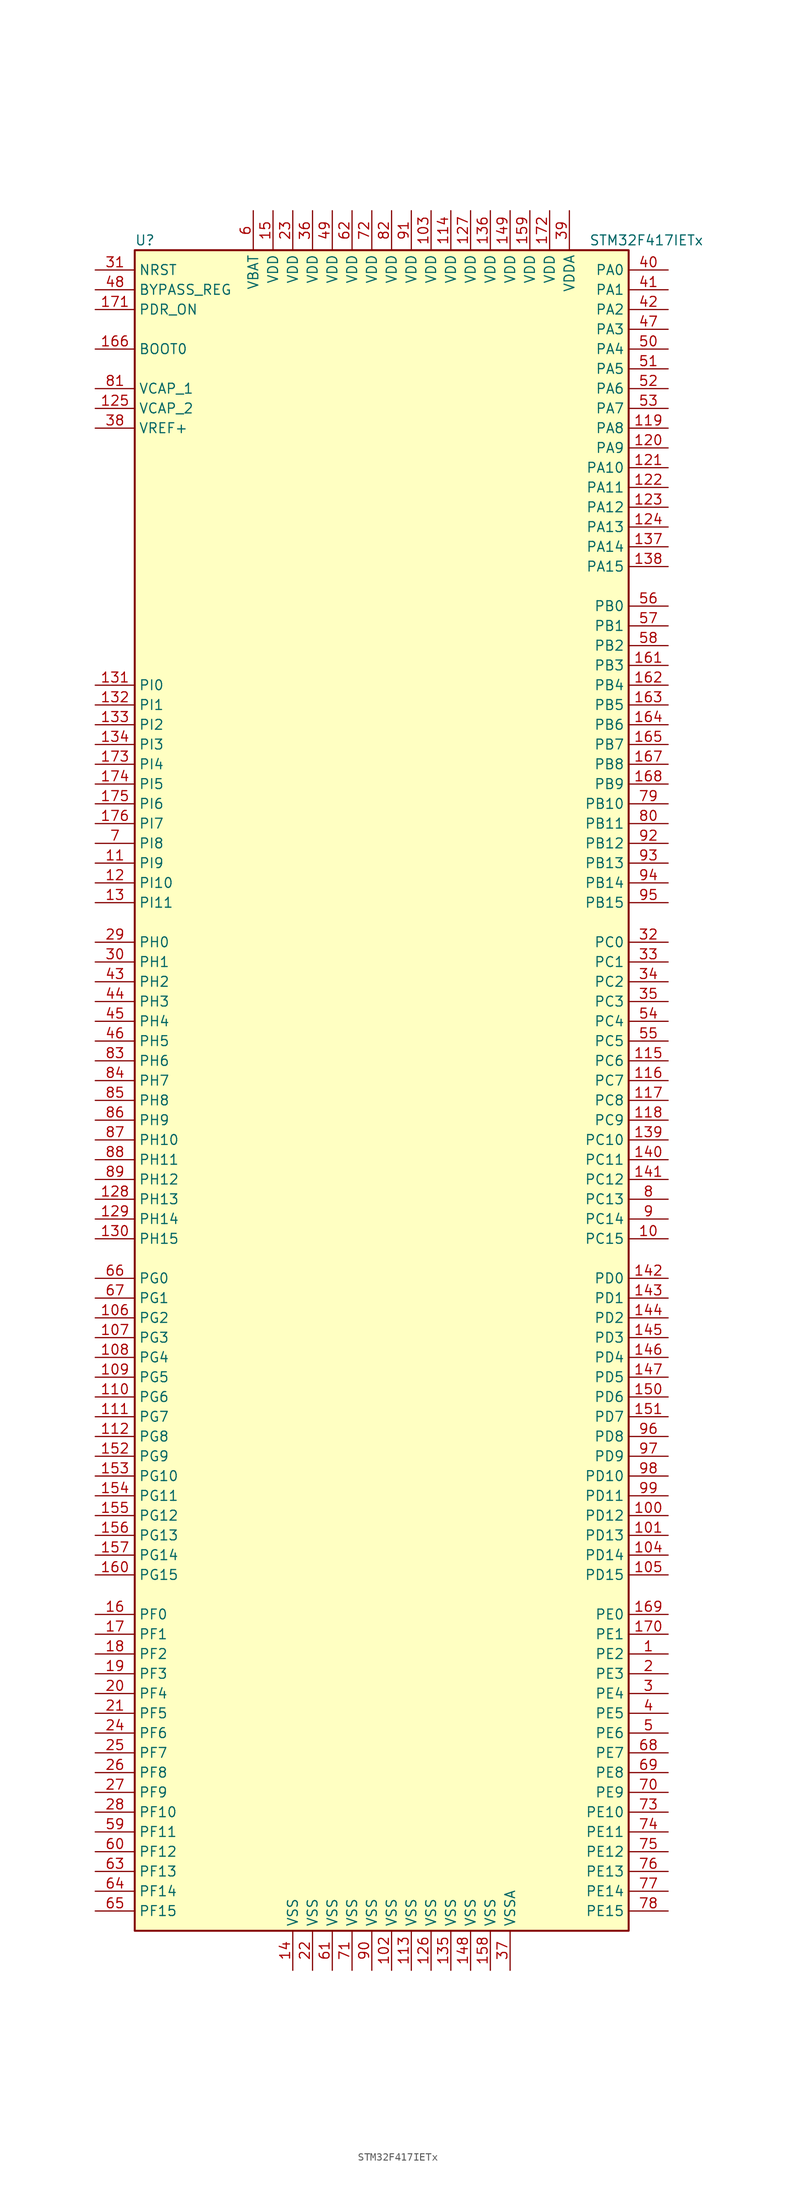
<source format=kicad_sym>
(kicad_symbol_lib
  (version 20211014)
  (generator kicad_symbol_editor)
  (symbol "STM32F417IETx"
    (property "Reference" "U"
      (at -33.02 107.95 0)
      (effects (font (size 1.27 1.27)) (justify left)))
    (property "Value" "STM32F417IETx"
      (at 25.4 107.95 0)
      (effects (font (size 1.27 1.27)) (justify left)))
    (symbol "STM32F417IETx_0_1"
      (rectangle (start -33.02 -109.22) (end 30.48 106.68) (stroke (width 0.254) (type default) (color 0 0 0 0)) (fill (type background))))
    (symbol "STM32F417IETx_1_1"
      (pin bidirectional line (at 35.56 -73.66 180) (length 5.08) (name "PE2" (effects (font (size 1.27 1.27)))) (number "1" (effects (font (size 1.27 1.27)))))
      (pin bidirectional line (at 35.56 -20.32 180) (length 5.08) (name "PC15" (effects (font (size 1.27 1.27)))) (number "10" (effects (font (size 1.27 1.27)))))
      (pin bidirectional line (at 35.56 -55.88 180) (length 5.08) (name "PD12" (effects (font (size 1.27 1.27)))) (number "100" (effects (font (size 1.27 1.27)))))
      (pin bidirectional line (at 35.56 -58.42 180) (length 5.08) (name "PD13" (effects (font (size 1.27 1.27)))) (number "101" (effects (font (size 1.27 1.27)))))
      (pin power_in line (at 0 -114.3 90) (length 5.08) (name "VSS" (effects (font (size 1.27 1.27)))) (number "102" (effects (font (size 1.27 1.27)))))
      (pin power_in line (at 5.08 111.76 270) (length 5.08) (name "VDD" (effects (font (size 1.27 1.27)))) (number "103" (effects (font (size 1.27 1.27)))))
      (pin bidirectional line (at 35.56 -60.96 180) (length 5.08) (name "PD14" (effects (font (size 1.27 1.27)))) (number "104" (effects (font (size 1.27 1.27)))))
      (pin bidirectional line (at 35.56 -63.5 180) (length 5.08) (name "PD15" (effects (font (size 1.27 1.27)))) (number "105" (effects (font (size 1.27 1.27)))))
      (pin bidirectional line (at -38.1 -30.48 0) (length 5.08) (name "PG2" (effects (font (size 1.27 1.27)))) (number "106" (effects (font (size 1.27 1.27)))))
      (pin bidirectional line (at -38.1 -33.02 0) (length 5.08) (name "PG3" (effects (font (size 1.27 1.27)))) (number "107" (effects (font (size 1.27 1.27)))))
      (pin bidirectional line (at -38.1 -35.56 0) (length 5.08) (name "PG4" (effects (font (size 1.27 1.27)))) (number "108" (effects (font (size 1.27 1.27)))))
      (pin bidirectional line (at -38.1 -38.1 0) (length 5.08) (name "PG5" (effects (font (size 1.27 1.27)))) (number "109" (effects (font (size 1.27 1.27)))))
      (pin bidirectional line (at -38.1 27.94 0) (length 5.08) (name "PI9" (effects (font (size 1.27 1.27)))) (number "11" (effects (font (size 1.27 1.27)))))
      (pin bidirectional line (at -38.1 -40.64 0) (length 5.08) (name "PG6" (effects (font (size 1.27 1.27)))) (number "110" (effects (font (size 1.27 1.27)))))
      (pin bidirectional line (at -38.1 -43.18 0) (length 5.08) (name "PG7" (effects (font (size 1.27 1.27)))) (number "111" (effects (font (size 1.27 1.27)))))
      (pin bidirectional line (at -38.1 -45.72 0) (length 5.08) (name "PG8" (effects (font (size 1.27 1.27)))) (number "112" (effects (font (size 1.27 1.27)))))
      (pin power_in line (at 2.54 -114.3 90) (length 5.08) (name "VSS" (effects (font (size 1.27 1.27)))) (number "113" (effects (font (size 1.27 1.27)))))
      (pin power_in line (at 7.62 111.76 270) (length 5.08) (name "VDD" (effects (font (size 1.27 1.27)))) (number "114" (effects (font (size 1.27 1.27)))))
      (pin bidirectional line (at 35.56 2.54 180) (length 5.08) (name "PC6" (effects (font (size 1.27 1.27)))) (number "115" (effects (font (size 1.27 1.27)))))
      (pin bidirectional line (at 35.56 0 180) (length 5.08) (name "PC7" (effects (font (size 1.27 1.27)))) (number "116" (effects (font (size 1.27 1.27)))))
      (pin bidirectional line (at 35.56 -2.54 180) (length 5.08) (name "PC8" (effects (font (size 1.27 1.27)))) (number "117" (effects (font (size 1.27 1.27)))))
      (pin bidirectional line (at 35.56 -5.08 180) (length 5.08) (name "PC9" (effects (font (size 1.27 1.27)))) (number "118" (effects (font (size 1.27 1.27)))))
      (pin bidirectional line (at 35.56 83.82 180) (length 5.08) (name "PA8" (effects (font (size 1.27 1.27)))) (number "119" (effects (font (size 1.27 1.27)))))
      (pin bidirectional line (at -38.1 25.4 0) (length 5.08) (name "PI10" (effects (font (size 1.27 1.27)))) (number "12" (effects (font (size 1.27 1.27)))))
      (pin bidirectional line (at 35.56 81.28 180) (length 5.08) (name "PA9" (effects (font (size 1.27 1.27)))) (number "120" (effects (font (size 1.27 1.27)))))
      (pin bidirectional line (at 35.56 78.74 180) (length 5.08) (name "PA10" (effects (font (size 1.27 1.27)))) (number "121" (effects (font (size 1.27 1.27)))))
      (pin bidirectional line (at 35.56 76.2 180) (length 5.08) (name "PA11" (effects (font (size 1.27 1.27)))) (number "122" (effects (font (size 1.27 1.27)))))
      (pin bidirectional line (at 35.56 73.66 180) (length 5.08) (name "PA12" (effects (font (size 1.27 1.27)))) (number "123" (effects (font (size 1.27 1.27)))))
      (pin bidirectional line (at 35.56 71.12 180) (length 5.08) (name "PA13" (effects (font (size 1.27 1.27)))) (number "124" (effects (font (size 1.27 1.27)))))
      (pin power_in line (at -38.1 86.36 0) (length 5.08) (name "VCAP_2" (effects (font (size 1.27 1.27)))) (number "125" (effects (font (size 1.27 1.27)))))
      (pin power_in line (at 5.08 -114.3 90) (length 5.08) (name "VSS" (effects (font (size 1.27 1.27)))) (number "126" (effects (font (size 1.27 1.27)))))
      (pin power_in line (at 10.16 111.76 270) (length 5.08) (name "VDD" (effects (font (size 1.27 1.27)))) (number "127" (effects (font (size 1.27 1.27)))))
      (pin bidirectional line (at -38.1 -15.24 0) (length 5.08) (name "PH13" (effects (font (size 1.27 1.27)))) (number "128" (effects (font (size 1.27 1.27)))))
      (pin bidirectional line (at -38.1 -17.78 0) (length 5.08) (name "PH14" (effects (font (size 1.27 1.27)))) (number "129" (effects (font (size 1.27 1.27)))))
      (pin bidirectional line (at -38.1 22.86 0) (length 5.08) (name "PI11" (effects (font (size 1.27 1.27)))) (number "13" (effects (font (size 1.27 1.27)))))
      (pin bidirectional line (at -38.1 -20.32 0) (length 5.08) (name "PH15" (effects (font (size 1.27 1.27)))) (number "130" (effects (font (size 1.27 1.27)))))
      (pin bidirectional line (at -38.1 50.8 0) (length 5.08) (name "PI0" (effects (font (size 1.27 1.27)))) (number "131" (effects (font (size 1.27 1.27)))))
      (pin bidirectional line (at -38.1 48.26 0) (length 5.08) (name "PI1" (effects (font (size 1.27 1.27)))) (number "132" (effects (font (size 1.27 1.27)))))
      (pin bidirectional line (at -38.1 45.72 0) (length 5.08) (name "PI2" (effects (font (size 1.27 1.27)))) (number "133" (effects (font (size 1.27 1.27)))))
      (pin bidirectional line (at -38.1 43.18 0) (length 5.08) (name "PI3" (effects (font (size 1.27 1.27)))) (number "134" (effects (font (size 1.27 1.27)))))
      (pin power_in line (at 7.62 -114.3 90) (length 5.08) (name "VSS" (effects (font (size 1.27 1.27)))) (number "135" (effects (font (size 1.27 1.27)))))
      (pin power_in line (at 12.7 111.76 270) (length 5.08) (name "VDD" (effects (font (size 1.27 1.27)))) (number "136" (effects (font (size 1.27 1.27)))))
      (pin bidirectional line (at 35.56 68.58 180) (length 5.08) (name "PA14" (effects (font (size 1.27 1.27)))) (number "137" (effects (font (size 1.27 1.27)))))
      (pin bidirectional line (at 35.56 66.04 180) (length 5.08) (name "PA15" (effects (font (size 1.27 1.27)))) (number "138" (effects (font (size 1.27 1.27)))))
      (pin bidirectional line (at 35.56 -7.62 180) (length 5.08) (name "PC10" (effects (font (size 1.27 1.27)))) (number "139" (effects (font (size 1.27 1.27)))))
      (pin power_in line (at -12.7 -114.3 90) (length 5.08) (name "VSS" (effects (font (size 1.27 1.27)))) (number "14" (effects (font (size 1.27 1.27)))))
      (pin bidirectional line (at 35.56 -10.16 180) (length 5.08) (name "PC11" (effects (font (size 1.27 1.27)))) (number "140" (effects (font (size 1.27 1.27)))))
      (pin bidirectional line (at 35.56 -12.7 180) (length 5.08) (name "PC12" (effects (font (size 1.27 1.27)))) (number "141" (effects (font (size 1.27 1.27)))))
      (pin bidirectional line (at 35.56 -25.4 180) (length 5.08) (name "PD0" (effects (font (size 1.27 1.27)))) (number "142" (effects (font (size 1.27 1.27)))))
      (pin bidirectional line (at 35.56 -27.94 180) (length 5.08) (name "PD1" (effects (font (size 1.27 1.27)))) (number "143" (effects (font (size 1.27 1.27)))))
      (pin bidirectional line (at 35.56 -30.48 180) (length 5.08) (name "PD2" (effects (font (size 1.27 1.27)))) (number "144" (effects (font (size 1.27 1.27)))))
      (pin bidirectional line (at 35.56 -33.02 180) (length 5.08) (name "PD3" (effects (font (size 1.27 1.27)))) (number "145" (effects (font (size 1.27 1.27)))))
      (pin bidirectional line (at 35.56 -35.56 180) (length 5.08) (name "PD4" (effects (font (size 1.27 1.27)))) (number "146" (effects (font (size 1.27 1.27)))))
      (pin bidirectional line (at 35.56 -38.1 180) (length 5.08) (name "PD5" (effects (font (size 1.27 1.27)))) (number "147" (effects (font (size 1.27 1.27)))))
      (pin power_in line (at 10.16 -114.3 90) (length 5.08) (name "VSS" (effects (font (size 1.27 1.27)))) (number "148" (effects (font (size 1.27 1.27)))))
      (pin power_in line (at 15.24 111.76 270) (length 5.08) (name "VDD" (effects (font (size 1.27 1.27)))) (number "149" (effects (font (size 1.27 1.27)))))
      (pin power_in line (at -15.24 111.76 270) (length 5.08) (name "VDD" (effects (font (size 1.27 1.27)))) (number "15" (effects (font (size 1.27 1.27)))))
      (pin bidirectional line (at 35.56 -40.64 180) (length 5.08) (name "PD6" (effects (font (size 1.27 1.27)))) (number "150" (effects (font (size 1.27 1.27)))))
      (pin bidirectional line (at 35.56 -43.18 180) (length 5.08) (name "PD7" (effects (font (size 1.27 1.27)))) (number "151" (effects (font (size 1.27 1.27)))))
      (pin bidirectional line (at -38.1 -48.26 0) (length 5.08) (name "PG9" (effects (font (size 1.27 1.27)))) (number "152" (effects (font (size 1.27 1.27)))))
      (pin bidirectional line (at -38.1 -50.8 0) (length 5.08) (name "PG10" (effects (font (size 1.27 1.27)))) (number "153" (effects (font (size 1.27 1.27)))))
      (pin bidirectional line (at -38.1 -53.34 0) (length 5.08) (name "PG11" (effects (font (size 1.27 1.27)))) (number "154" (effects (font (size 1.27 1.27)))))
      (pin bidirectional line (at -38.1 -55.88 0) (length 5.08) (name "PG12" (effects (font (size 1.27 1.27)))) (number "155" (effects (font (size 1.27 1.27)))))
      (pin bidirectional line (at -38.1 -58.42 0) (length 5.08) (name "PG13" (effects (font (size 1.27 1.27)))) (number "156" (effects (font (size 1.27 1.27)))))
      (pin bidirectional line (at -38.1 -60.96 0) (length 5.08) (name "PG14" (effects (font (size 1.27 1.27)))) (number "157" (effects (font (size 1.27 1.27)))))
      (pin power_in line (at 12.7 -114.3 90) (length 5.08) (name "VSS" (effects (font (size 1.27 1.27)))) (number "158" (effects (font (size 1.27 1.27)))))
      (pin power_in line (at 17.78 111.76 270) (length 5.08) (name "VDD" (effects (font (size 1.27 1.27)))) (number "159" (effects (font (size 1.27 1.27)))))
      (pin bidirectional line (at -38.1 -68.58 0) (length 5.08) (name "PF0" (effects (font (size 1.27 1.27)))) (number "16" (effects (font (size 1.27 1.27)))))
      (pin bidirectional line (at -38.1 -63.5 0) (length 5.08) (name "PG15" (effects (font (size 1.27 1.27)))) (number "160" (effects (font (size 1.27 1.27)))))
      (pin bidirectional line (at 35.56 53.34 180) (length 5.08) (name "PB3" (effects (font (size 1.27 1.27)))) (number "161" (effects (font (size 1.27 1.27)))))
      (pin bidirectional line (at 35.56 50.8 180) (length 5.08) (name "PB4" (effects (font (size 1.27 1.27)))) (number "162" (effects (font (size 1.27 1.27)))))
      (pin bidirectional line (at 35.56 48.26 180) (length 5.08) (name "PB5" (effects (font (size 1.27 1.27)))) (number "163" (effects (font (size 1.27 1.27)))))
      (pin bidirectional line (at 35.56 45.72 180) (length 5.08) (name "PB6" (effects (font (size 1.27 1.27)))) (number "164" (effects (font (size 1.27 1.27)))))
      (pin bidirectional line (at 35.56 43.18 180) (length 5.08) (name "PB7" (effects (font (size 1.27 1.27)))) (number "165" (effects (font (size 1.27 1.27)))))
      (pin input line (at -38.1 93.98 0) (length 5.08) (name "BOOT0" (effects (font (size 1.27 1.27)))) (number "166" (effects (font (size 1.27 1.27)))))
      (pin bidirectional line (at 35.56 40.64 180) (length 5.08) (name "PB8" (effects (font (size 1.27 1.27)))) (number "167" (effects (font (size 1.27 1.27)))))
      (pin bidirectional line (at 35.56 38.1 180) (length 5.08) (name "PB9" (effects (font (size 1.27 1.27)))) (number "168" (effects (font (size 1.27 1.27)))))
      (pin bidirectional line (at 35.56 -68.58 180) (length 5.08) (name "PE0" (effects (font (size 1.27 1.27)))) (number "169" (effects (font (size 1.27 1.27)))))
      (pin bidirectional line (at -38.1 -71.12 0) (length 5.08) (name "PF1" (effects (font (size 1.27 1.27)))) (number "17" (effects (font (size 1.27 1.27)))))
      (pin bidirectional line (at 35.56 -71.12 180) (length 5.08) (name "PE1" (effects (font (size 1.27 1.27)))) (number "170" (effects (font (size 1.27 1.27)))))
      (pin input line (at -38.1 99.06 0) (length 5.08) (name "PDR_ON" (effects (font (size 1.27 1.27)))) (number "171" (effects (font (size 1.27 1.27)))))
      (pin power_in line (at 20.32 111.76 270) (length 5.08) (name "VDD" (effects (font (size 1.27 1.27)))) (number "172" (effects (font (size 1.27 1.27)))))
      (pin bidirectional line (at -38.1 40.64 0) (length 5.08) (name "PI4" (effects (font (size 1.27 1.27)))) (number "173" (effects (font (size 1.27 1.27)))))
      (pin bidirectional line (at -38.1 38.1 0) (length 5.08) (name "PI5" (effects (font (size 1.27 1.27)))) (number "174" (effects (font (size 1.27 1.27)))))
      (pin bidirectional line (at -38.1 35.56 0) (length 5.08) (name "PI6" (effects (font (size 1.27 1.27)))) (number "175" (effects (font (size 1.27 1.27)))))
      (pin bidirectional line (at -38.1 33.02 0) (length 5.08) (name "PI7" (effects (font (size 1.27 1.27)))) (number "176" (effects (font (size 1.27 1.27)))))
      (pin bidirectional line (at -38.1 -73.66 0) (length 5.08) (name "PF2" (effects (font (size 1.27 1.27)))) (number "18" (effects (font (size 1.27 1.27)))))
      (pin bidirectional line (at -38.1 -76.2 0) (length 5.08) (name "PF3" (effects (font (size 1.27 1.27)))) (number "19" (effects (font (size 1.27 1.27)))))
      (pin bidirectional line (at 35.56 -76.2 180) (length 5.08) (name "PE3" (effects (font (size 1.27 1.27)))) (number "2" (effects (font (size 1.27 1.27)))))
      (pin bidirectional line (at -38.1 -78.74 0) (length 5.08) (name "PF4" (effects (font (size 1.27 1.27)))) (number "20" (effects (font (size 1.27 1.27)))))
      (pin bidirectional line (at -38.1 -81.28 0) (length 5.08) (name "PF5" (effects (font (size 1.27 1.27)))) (number "21" (effects (font (size 1.27 1.27)))))
      (pin power_in line (at -10.16 -114.3 90) (length 5.08) (name "VSS" (effects (font (size 1.27 1.27)))) (number "22" (effects (font (size 1.27 1.27)))))
      (pin power_in line (at -12.7 111.76 270) (length 5.08) (name "VDD" (effects (font (size 1.27 1.27)))) (number "23" (effects (font (size 1.27 1.27)))))
      (pin bidirectional line (at -38.1 -83.82 0) (length 5.08) (name "PF6" (effects (font (size 1.27 1.27)))) (number "24" (effects (font (size 1.27 1.27)))))
      (pin bidirectional line (at -38.1 -86.36 0) (length 5.08) (name "PF7" (effects (font (size 1.27 1.27)))) (number "25" (effects (font (size 1.27 1.27)))))
      (pin bidirectional line (at -38.1 -88.9 0) (length 5.08) (name "PF8" (effects (font (size 1.27 1.27)))) (number "26" (effects (font (size 1.27 1.27)))))
      (pin bidirectional line (at -38.1 -91.44 0) (length 5.08) (name "PF9" (effects (font (size 1.27 1.27)))) (number "27" (effects (font (size 1.27 1.27)))))
      (pin bidirectional line (at -38.1 -93.98 0) (length 5.08) (name "PF10" (effects (font (size 1.27 1.27)))) (number "28" (effects (font (size 1.27 1.27)))))
      (pin input line (at -38.1 17.78 0) (length 5.08) (name "PH0" (effects (font (size 1.27 1.27)))) (number "29" (effects (font (size 1.27 1.27)))))
      (pin bidirectional line (at 35.56 -78.74 180) (length 5.08) (name "PE4" (effects (font (size 1.27 1.27)))) (number "3" (effects (font (size 1.27 1.27)))))
      (pin input line (at -38.1 15.24 0) (length 5.08) (name "PH1" (effects (font (size 1.27 1.27)))) (number "30" (effects (font (size 1.27 1.27)))))
      (pin input line (at -38.1 104.14 0) (length 5.08) (name "NRST" (effects (font (size 1.27 1.27)))) (number "31" (effects (font (size 1.27 1.27)))))
      (pin bidirectional line (at 35.56 17.78 180) (length 5.08) (name "PC0" (effects (font (size 1.27 1.27)))) (number "32" (effects (font (size 1.27 1.27)))))
      (pin bidirectional line (at 35.56 15.24 180) (length 5.08) (name "PC1" (effects (font (size 1.27 1.27)))) (number "33" (effects (font (size 1.27 1.27)))))
      (pin bidirectional line (at 35.56 12.7 180) (length 5.08) (name "PC2" (effects (font (size 1.27 1.27)))) (number "34" (effects (font (size 1.27 1.27)))))
      (pin bidirectional line (at 35.56 10.16 180) (length 5.08) (name "PC3" (effects (font (size 1.27 1.27)))) (number "35" (effects (font (size 1.27 1.27)))))
      (pin power_in line (at -10.16 111.76 270) (length 5.08) (name "VDD" (effects (font (size 1.27 1.27)))) (number "36" (effects (font (size 1.27 1.27)))))
      (pin power_in line (at 15.24 -114.3 90) (length 5.08) (name "VSSA" (effects (font (size 1.27 1.27)))) (number "37" (effects (font (size 1.27 1.27)))))
      (pin power_in line (at -38.1 83.82 0) (length 5.08) (name "VREF+" (effects (font (size 1.27 1.27)))) (number "38" (effects (font (size 1.27 1.27)))))
      (pin power_in line (at 22.86 111.76 270) (length 5.08) (name "VDDA" (effects (font (size 1.27 1.27)))) (number "39" (effects (font (size 1.27 1.27)))))
      (pin bidirectional line (at 35.56 -81.28 180) (length 5.08) (name "PE5" (effects (font (size 1.27 1.27)))) (number "4" (effects (font (size 1.27 1.27)))))
      (pin bidirectional line (at 35.56 104.14 180) (length 5.08) (name "PA0" (effects (font (size 1.27 1.27)))) (number "40" (effects (font (size 1.27 1.27)))))
      (pin bidirectional line (at 35.56 101.6 180) (length 5.08) (name "PA1" (effects (font (size 1.27 1.27)))) (number "41" (effects (font (size 1.27 1.27)))))
      (pin bidirectional line (at 35.56 99.06 180) (length 5.08) (name "PA2" (effects (font (size 1.27 1.27)))) (number "42" (effects (font (size 1.27 1.27)))))
      (pin bidirectional line (at -38.1 12.7 0) (length 5.08) (name "PH2" (effects (font (size 1.27 1.27)))) (number "43" (effects (font (size 1.27 1.27)))))
      (pin bidirectional line (at -38.1 10.16 0) (length 5.08) (name "PH3" (effects (font (size 1.27 1.27)))) (number "44" (effects (font (size 1.27 1.27)))))
      (pin bidirectional line (at -38.1 7.62 0) (length 5.08) (name "PH4" (effects (font (size 1.27 1.27)))) (number "45" (effects (font (size 1.27 1.27)))))
      (pin bidirectional line (at -38.1 5.08 0) (length 5.08) (name "PH5" (effects (font (size 1.27 1.27)))) (number "46" (effects (font (size 1.27 1.27)))))
      (pin bidirectional line (at 35.56 96.52 180) (length 5.08) (name "PA3" (effects (font (size 1.27 1.27)))) (number "47" (effects (font (size 1.27 1.27)))))
      (pin input line (at -38.1 101.6 0) (length 5.08) (name "BYPASS_REG" (effects (font (size 1.27 1.27)))) (number "48" (effects (font (size 1.27 1.27)))))
      (pin power_in line (at -7.62 111.76 270) (length 5.08) (name "VDD" (effects (font (size 1.27 1.27)))) (number "49" (effects (font (size 1.27 1.27)))))
      (pin bidirectional line (at 35.56 -83.82 180) (length 5.08) (name "PE6" (effects (font (size 1.27 1.27)))) (number "5" (effects (font (size 1.27 1.27)))))
      (pin bidirectional line (at 35.56 93.98 180) (length 5.08) (name "PA4" (effects (font (size 1.27 1.27)))) (number "50" (effects (font (size 1.27 1.27)))))
      (pin bidirectional line (at 35.56 91.44 180) (length 5.08) (name "PA5" (effects (font (size 1.27 1.27)))) (number "51" (effects (font (size 1.27 1.27)))))
      (pin bidirectional line (at 35.56 88.9 180) (length 5.08) (name "PA6" (effects (font (size 1.27 1.27)))) (number "52" (effects (font (size 1.27 1.27)))))
      (pin bidirectional line (at 35.56 86.36 180) (length 5.08) (name "PA7" (effects (font (size 1.27 1.27)))) (number "53" (effects (font (size 1.27 1.27)))))
      (pin bidirectional line (at 35.56 7.62 180) (length 5.08) (name "PC4" (effects (font (size 1.27 1.27)))) (number "54" (effects (font (size 1.27 1.27)))))
      (pin bidirectional line (at 35.56 5.08 180) (length 5.08) (name "PC5" (effects (font (size 1.27 1.27)))) (number "55" (effects (font (size 1.27 1.27)))))
      (pin bidirectional line (at 35.56 60.96 180) (length 5.08) (name "PB0" (effects (font (size 1.27 1.27)))) (number "56" (effects (font (size 1.27 1.27)))))
      (pin bidirectional line (at 35.56 58.42 180) (length 5.08) (name "PB1" (effects (font (size 1.27 1.27)))) (number "57" (effects (font (size 1.27 1.27)))))
      (pin bidirectional line (at 35.56 55.88 180) (length 5.08) (name "PB2" (effects (font (size 1.27 1.27)))) (number "58" (effects (font (size 1.27 1.27)))))
      (pin bidirectional line (at -38.1 -96.52 0) (length 5.08) (name "PF11" (effects (font (size 1.27 1.27)))) (number "59" (effects (font (size 1.27 1.27)))))
      (pin power_in line (at -17.78 111.76 270) (length 5.08) (name "VBAT" (effects (font (size 1.27 1.27)))) (number "6" (effects (font (size 1.27 1.27)))))
      (pin bidirectional line (at -38.1 -99.06 0) (length 5.08) (name "PF12" (effects (font (size 1.27 1.27)))) (number "60" (effects (font (size 1.27 1.27)))))
      (pin power_in line (at -7.62 -114.3 90) (length 5.08) (name "VSS" (effects (font (size 1.27 1.27)))) (number "61" (effects (font (size 1.27 1.27)))))
      (pin power_in line (at -5.08 111.76 270) (length 5.08) (name "VDD" (effects (font (size 1.27 1.27)))) (number "62" (effects (font (size 1.27 1.27)))))
      (pin bidirectional line (at -38.1 -101.6 0) (length 5.08) (name "PF13" (effects (font (size 1.27 1.27)))) (number "63" (effects (font (size 1.27 1.27)))))
      (pin bidirectional line (at -38.1 -104.14 0) (length 5.08) (name "PF14" (effects (font (size 1.27 1.27)))) (number "64" (effects (font (size 1.27 1.27)))))
      (pin bidirectional line (at -38.1 -106.68 0) (length 5.08) (name "PF15" (effects (font (size 1.27 1.27)))) (number "65" (effects (font (size 1.27 1.27)))))
      (pin bidirectional line (at -38.1 -25.4 0) (length 5.08) (name "PG0" (effects (font (size 1.27 1.27)))) (number "66" (effects (font (size 1.27 1.27)))))
      (pin bidirectional line (at -38.1 -27.94 0) (length 5.08) (name "PG1" (effects (font (size 1.27 1.27)))) (number "67" (effects (font (size 1.27 1.27)))))
      (pin bidirectional line (at 35.56 -86.36 180) (length 5.08) (name "PE7" (effects (font (size 1.27 1.27)))) (number "68" (effects (font (size 1.27 1.27)))))
      (pin bidirectional line (at 35.56 -88.9 180) (length 5.08) (name "PE8" (effects (font (size 1.27 1.27)))) (number "69" (effects (font (size 1.27 1.27)))))
      (pin bidirectional line (at -38.1 30.48 0) (length 5.08) (name "PI8" (effects (font (size 1.27 1.27)))) (number "7" (effects (font (size 1.27 1.27)))))
      (pin bidirectional line (at 35.56 -91.44 180) (length 5.08) (name "PE9" (effects (font (size 1.27 1.27)))) (number "70" (effects (font (size 1.27 1.27)))))
      (pin power_in line (at -5.08 -114.3 90) (length 5.08) (name "VSS" (effects (font (size 1.27 1.27)))) (number "71" (effects (font (size 1.27 1.27)))))
      (pin power_in line (at -2.54 111.76 270) (length 5.08) (name "VDD" (effects (font (size 1.27 1.27)))) (number "72" (effects (font (size 1.27 1.27)))))
      (pin bidirectional line (at 35.56 -93.98 180) (length 5.08) (name "PE10" (effects (font (size 1.27 1.27)))) (number "73" (effects (font (size 1.27 1.27)))))
      (pin bidirectional line (at 35.56 -96.52 180) (length 5.08) (name "PE11" (effects (font (size 1.27 1.27)))) (number "74" (effects (font (size 1.27 1.27)))))
      (pin bidirectional line (at 35.56 -99.06 180) (length 5.08) (name "PE12" (effects (font (size 1.27 1.27)))) (number "75" (effects (font (size 1.27 1.27)))))
      (pin bidirectional line (at 35.56 -101.6 180) (length 5.08) (name "PE13" (effects (font (size 1.27 1.27)))) (number "76" (effects (font (size 1.27 1.27)))))
      (pin bidirectional line (at 35.56 -104.14 180) (length 5.08) (name "PE14" (effects (font (size 1.27 1.27)))) (number "77" (effects (font (size 1.27 1.27)))))
      (pin bidirectional line (at 35.56 -106.68 180) (length 5.08) (name "PE15" (effects (font (size 1.27 1.27)))) (number "78" (effects (font (size 1.27 1.27)))))
      (pin bidirectional line (at 35.56 35.56 180) (length 5.08) (name "PB10" (effects (font (size 1.27 1.27)))) (number "79" (effects (font (size 1.27 1.27)))))
      (pin bidirectional line (at 35.56 -15.24 180) (length 5.08) (name "PC13" (effects (font (size 1.27 1.27)))) (number "8" (effects (font (size 1.27 1.27)))))
      (pin bidirectional line (at 35.56 33.02 180) (length 5.08) (name "PB11" (effects (font (size 1.27 1.27)))) (number "80" (effects (font (size 1.27 1.27)))))
      (pin power_in line (at -38.1 88.9 0) (length 5.08) (name "VCAP_1" (effects (font (size 1.27 1.27)))) (number "81" (effects (font (size 1.27 1.27)))))
      (pin power_in line (at 0 111.76 270) (length 5.08) (name "VDD" (effects (font (size 1.27 1.27)))) (number "82" (effects (font (size 1.27 1.27)))))
      (pin bidirectional line (at -38.1 2.54 0) (length 5.08) (name "PH6" (effects (font (size 1.27 1.27)))) (number "83" (effects (font (size 1.27 1.27)))))
      (pin bidirectional line (at -38.1 0 0) (length 5.08) (name "PH7" (effects (font (size 1.27 1.27)))) (number "84" (effects (font (size 1.27 1.27)))))
      (pin bidirectional line (at -38.1 -2.54 0) (length 5.08) (name "PH8" (effects (font (size 1.27 1.27)))) (number "85" (effects (font (size 1.27 1.27)))))
      (pin bidirectional line (at -38.1 -5.08 0) (length 5.08) (name "PH9" (effects (font (size 1.27 1.27)))) (number "86" (effects (font (size 1.27 1.27)))))
      (pin bidirectional line (at -38.1 -7.62 0) (length 5.08) (name "PH10" (effects (font (size 1.27 1.27)))) (number "87" (effects (font (size 1.27 1.27)))))
      (pin bidirectional line (at -38.1 -10.16 0) (length 5.08) (name "PH11" (effects (font (size 1.27 1.27)))) (number "88" (effects (font (size 1.27 1.27)))))
      (pin bidirectional line (at -38.1 -12.7 0) (length 5.08) (name "PH12" (effects (font (size 1.27 1.27)))) (number "89" (effects (font (size 1.27 1.27)))))
      (pin bidirectional line (at 35.56 -17.78 180) (length 5.08) (name "PC14" (effects (font (size 1.27 1.27)))) (number "9" (effects (font (size 1.27 1.27)))))
      (pin power_in line (at -2.54 -114.3 90) (length 5.08) (name "VSS" (effects (font (size 1.27 1.27)))) (number "90" (effects (font (size 1.27 1.27)))))
      (pin power_in line (at 2.54 111.76 270) (length 5.08) (name "VDD" (effects (font (size 1.27 1.27)))) (number "91" (effects (font (size 1.27 1.27)))))
      (pin bidirectional line (at 35.56 30.48 180) (length 5.08) (name "PB12" (effects (font (size 1.27 1.27)))) (number "92" (effects (font (size 1.27 1.27)))))
      (pin bidirectional line (at 35.56 27.94 180) (length 5.08) (name "PB13" (effects (font (size 1.27 1.27)))) (number "93" (effects (font (size 1.27 1.27)))))
      (pin bidirectional line (at 35.56 25.4 180) (length 5.08) (name "PB14" (effects (font (size 1.27 1.27)))) (number "94" (effects (font (size 1.27 1.27)))))
      (pin bidirectional line (at 35.56 22.86 180) (length 5.08) (name "PB15" (effects (font (size 1.27 1.27)))) (number "95" (effects (font (size 1.27 1.27)))))
      (pin bidirectional line (at 35.56 -45.72 180) (length 5.08) (name "PD8" (effects (font (size 1.27 1.27)))) (number "96" (effects (font (size 1.27 1.27)))))
      (pin bidirectional line (at 35.56 -48.26 180) (length 5.08) (name "PD9" (effects (font (size 1.27 1.27)))) (number "97" (effects (font (size 1.27 1.27)))))
      (pin bidirectional line (at 35.56 -50.8 180) (length 5.08) (name "PD10" (effects (font (size 1.27 1.27)))) (number "98" (effects (font (size 1.27 1.27)))))
      (pin bidirectional line (at 35.56 -53.34 180) (length 5.08) (name "PD11" (effects (font (size 1.27 1.27)))) (number "99" (effects (font (size 1.27 1.27))))))))
</source>
